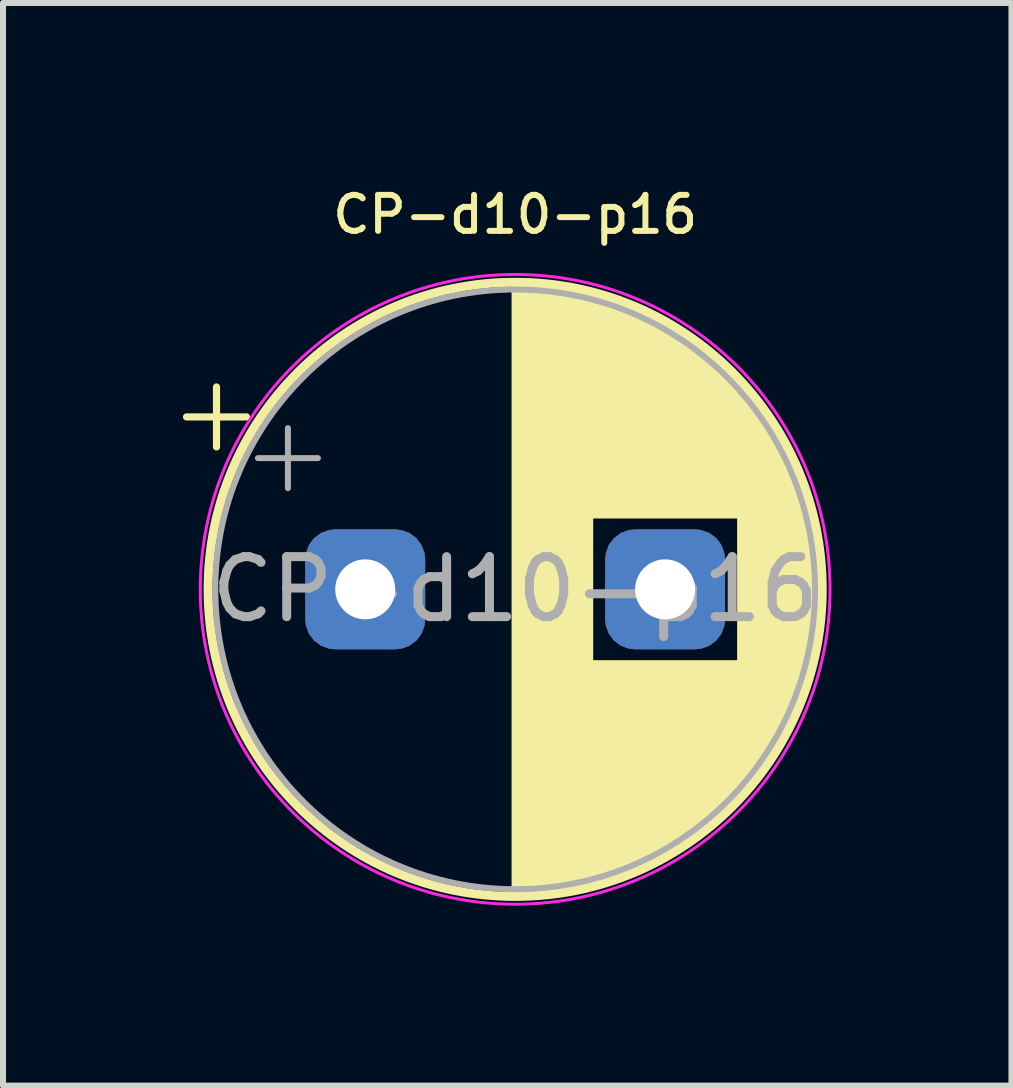
<source format=kicad_pcb>
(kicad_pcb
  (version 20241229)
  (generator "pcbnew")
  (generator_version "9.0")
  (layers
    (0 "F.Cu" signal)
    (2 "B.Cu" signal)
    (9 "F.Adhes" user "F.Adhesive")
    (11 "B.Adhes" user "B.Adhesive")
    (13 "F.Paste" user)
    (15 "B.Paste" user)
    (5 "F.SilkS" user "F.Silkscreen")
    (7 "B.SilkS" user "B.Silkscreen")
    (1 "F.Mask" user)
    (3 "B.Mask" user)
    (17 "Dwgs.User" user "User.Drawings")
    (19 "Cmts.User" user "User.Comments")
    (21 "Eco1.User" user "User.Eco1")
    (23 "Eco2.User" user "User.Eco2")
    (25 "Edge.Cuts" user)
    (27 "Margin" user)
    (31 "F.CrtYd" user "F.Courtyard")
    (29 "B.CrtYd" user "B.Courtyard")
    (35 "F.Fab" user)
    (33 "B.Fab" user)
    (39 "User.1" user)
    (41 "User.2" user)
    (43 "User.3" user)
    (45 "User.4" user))
  (footprint "CP-d10-p16"
    (layer "F.Cu")
    (at 5.54 6.777)
    (property "Reference" "CP-d10-p16" (at 0 -6.25 0) (layer "F.SilkS") (effects (font (size 0.6 0.6) (thickness 0.1) (bold yes))))
    (attr through_hole)
    (fp_line (start -5.48 -2.875) (end -4.48 -2.875) (stroke (width 0.12) (type solid)) (layer "F.SilkS"))
    (fp_line (start -4.98 -3.375) (end -4.98 -2.375) (stroke (width 0.12) (type solid)) (layer "F.SilkS"))
    (fp_line (start 0 -5.08) (end 0 5.08) (stroke (width 0.12) (type solid)) (layer "F.SilkS"))
    (fp_line (start 0.04 -5.08) (end 0.04 5.08) (stroke (width 0.12) (type solid)) (layer "F.SilkS"))
    (fp_line (start 0.08 -5.08) (end 0.08 5.08) (stroke (width 0.12) (type solid)) (layer "F.SilkS"))
    (fp_line (start 0.12 -5.079) (end 0.12 5.079) (stroke (width 0.12) (type solid)) (layer "F.SilkS"))
    (fp_line (start 0.16 -5.078) (end 0.16 5.078) (stroke (width 0.12) (type solid)) (layer "F.SilkS"))
    (fp_line (start 0.2 -5.077) (end 0.2 5.077) (stroke (width 0.12) (type solid)) (layer "F.SilkS"))
    (fp_line (start 0.24 -5.075) (end 0.24 5.075) (stroke (width 0.12) (type solid)) (layer "F.SilkS"))
    (fp_line (start 0.28 -5.073) (end 0.28 5.073) (stroke (width 0.12) (type solid)) (layer "F.SilkS"))
    (fp_line (start 0.32 -5.07) (end 0.32 5.07) (stroke (width 0.12) (type solid)) (layer "F.SilkS"))
    (fp_line (start 0.36 -5.068) (end 0.36 5.068) (stroke (width 0.12) (type solid)) (layer "F.SilkS"))
    (fp_line (start 0.4 -5.065) (end 0.4 5.065) (stroke (width 0.12) (type solid)) (layer "F.SilkS"))
    (fp_line (start 0.44 -5.062) (end 0.44 5.062) (stroke (width 0.12) (type solid)) (layer "F.SilkS"))
    (fp_line (start 0.48 -5.058) (end 0.48 5.058) (stroke (width 0.12) (type solid)) (layer "F.SilkS"))
    (fp_line (start 0.52 -5.054) (end 0.52 5.054) (stroke (width 0.12) (type solid)) (layer "F.SilkS"))
    (fp_line (start 0.56 -5.05) (end 0.56 5.05) (stroke (width 0.12) (type solid)) (layer "F.SilkS"))
    (fp_line (start 0.6 -5.045) (end 0.6 5.045) (stroke (width 0.12) (type solid)) (layer "F.SilkS"))
    (fp_line (start 0.64 -5.04) (end 0.64 5.04) (stroke (width 0.12) (type solid)) (layer "F.SilkS"))
    (fp_line (start 0.68 -5.035) (end 0.68 5.035) (stroke (width 0.12) (type solid)) (layer "F.SilkS"))
    (fp_line (start 0.721 -5.03) (end 0.721 5.03) (stroke (width 0.12) (type solid)) (layer "F.SilkS"))
    (fp_line (start 0.761 -5.024) (end 0.761 5.024) (stroke (width 0.12) (type solid)) (layer "F.SilkS"))
    (fp_line (start 0.801 -5.018) (end 0.801 5.018) (stroke (width 0.12) (type solid)) (layer "F.SilkS"))
    (fp_line (start 0.841 -5.011) (end 0.841 5.011) (stroke (width 0.12) (type solid)) (layer "F.SilkS"))
    (fp_line (start 0.881 -5.004) (end 0.881 5.004) (stroke (width 0.12) (type solid)) (layer "F.SilkS"))
    (fp_line (start 0.921 -4.997) (end 0.921 4.997) (stroke (width 0.12) (type solid)) (layer "F.SilkS"))
    (fp_line (start 0.961 -4.99) (end 0.961 4.99) (stroke (width 0.12) (type solid)) (layer "F.SilkS"))
    (fp_line (start 1.001 -4.982) (end 1.001 4.982) (stroke (width 0.12) (type solid)) (layer "F.SilkS"))
    (fp_line (start 1.041 -4.974) (end 1.041 4.974) (stroke (width 0.12) (type solid)) (layer "F.SilkS"))
    (fp_line (start 1.081 -4.965) (end 1.081 4.965) (stroke (width 0.12) (type solid)) (layer "F.SilkS"))
    (fp_line (start 1.121 -4.956) (end 1.121 4.956) (stroke (width 0.12) (type solid)) (layer "F.SilkS"))
    (fp_line (start 1.161 -4.947) (end 1.161 4.947) (stroke (width 0.12) (type solid)) (layer "F.SilkS"))
    (fp_line (start 1.201 -4.938) (end 1.201 4.938) (stroke (width 0.12) (type solid)) (layer "F.SilkS"))
    (fp_line (start 1.241 -4.928) (end 1.241 4.928) (stroke (width 0.12) (type solid)) (layer "F.SilkS"))
    (fp_line (start 1.281 -4.918) (end 1.281 -1.241) (stroke (width 0.12) (type solid)) (layer "F.SilkS"))
    (fp_line (start 1.281 1.241) (end 1.281 4.918) (stroke (width 0.12) (type solid)) (layer "F.SilkS"))
    (fp_line (start 1.321 -4.907) (end 1.321 -1.241) (stroke (width 0.12) (type solid)) (layer "F.SilkS"))
    (fp_line (start 1.321 1.241) (end 1.321 4.907) (stroke (width 0.12) (type solid)) (layer "F.SilkS"))
    (fp_line (start 1.361 -4.897) (end 1.361 -1.241) (stroke (width 0.12) (type solid)) (layer "F.SilkS"))
    (fp_line (start 1.361 1.241) (end 1.361 4.897) (stroke (width 0.12) (type solid)) (layer "F.SilkS"))
    (fp_line (start 1.401 -4.885) (end 1.401 -1.241) (stroke (width 0.12) (type solid)) (layer "F.SilkS"))
    (fp_line (start 1.401 1.241) (end 1.401 4.885) (stroke (width 0.12) (type solid)) (layer "F.SilkS"))
    (fp_line (start 1.441 -4.874) (end 1.441 -1.241) (stroke (width 0.12) (type solid)) (layer "F.SilkS"))
    (fp_line (start 1.441 1.241) (end 1.441 4.874) (stroke (width 0.12) (type solid)) (layer "F.SilkS"))
    (fp_line (start 1.481 -4.862) (end 1.481 -1.241) (stroke (width 0.12) (type solid)) (layer "F.SilkS"))
    (fp_line (start 1.481 1.241) (end 1.481 4.862) (stroke (width 0.12) (type solid)) (layer "F.SilkS"))
    (fp_line (start 1.521 -4.85) (end 1.521 -1.241) (stroke (width 0.12) (type solid)) (layer "F.SilkS"))
    (fp_line (start 1.521 1.241) (end 1.521 4.85) (stroke (width 0.12) (type solid)) (layer "F.SilkS"))
    (fp_line (start 1.561 -4.837) (end 1.561 -1.241) (stroke (width 0.12) (type solid)) (layer "F.SilkS"))
    (fp_line (start 1.561 1.241) (end 1.561 4.837) (stroke (width 0.12) (type solid)) (layer "F.SilkS"))
    (fp_line (start 1.601 -4.824) (end 1.601 -1.241) (stroke (width 0.12) (type solid)) (layer "F.SilkS"))
    (fp_line (start 1.601 1.241) (end 1.601 4.824) (stroke (width 0.12) (type solid)) (layer "F.SilkS"))
    (fp_line (start 1.641 -4.811) (end 1.641 -1.241) (stroke (width 0.12) (type solid)) (layer "F.SilkS"))
    (fp_line (start 1.641 1.241) (end 1.641 4.811) (stroke (width 0.12) (type solid)) (layer "F.SilkS"))
    (fp_line (start 1.681 -4.797) (end 1.681 -1.241) (stroke (width 0.12) (type solid)) (layer "F.SilkS"))
    (fp_line (start 1.681 1.241) (end 1.681 4.797) (stroke (width 0.12) (type solid)) (layer "F.SilkS"))
    (fp_line (start 1.721 -4.783) (end 1.721 -1.241) (stroke (width 0.12) (type solid)) (layer "F.SilkS"))
    (fp_line (start 1.721 1.241) (end 1.721 4.783) (stroke (width 0.12) (type solid)) (layer "F.SilkS"))
    (fp_line (start 1.761 -4.768) (end 1.761 -1.241) (stroke (width 0.12) (type solid)) (layer "F.SilkS"))
    (fp_line (start 1.761 1.241) (end 1.761 4.768) (stroke (width 0.12) (type solid)) (layer "F.SilkS"))
    (fp_line (start 1.801 -4.754) (end 1.801 -1.241) (stroke (width 0.12) (type solid)) (layer "F.SilkS"))
    (fp_line (start 1.801 1.241) (end 1.801 4.754) (stroke (width 0.12) (type solid)) (layer "F.SilkS"))
    (fp_line (start 1.841 -4.738) (end 1.841 -1.241) (stroke (width 0.12) (type solid)) (layer "F.SilkS"))
    (fp_line (start 1.841 1.241) (end 1.841 4.738) (stroke (width 0.12) (type solid)) (layer "F.SilkS"))
    (fp_line (start 1.881 -4.723) (end 1.881 -1.241) (stroke (width 0.12) (type solid)) (layer "F.SilkS"))
    (fp_line (start 1.881 1.241) (end 1.881 4.723) (stroke (width 0.12) (type solid)) (layer "F.SilkS"))
    (fp_line (start 1.921 -4.707) (end 1.921 -1.241) (stroke (width 0.12) (type solid)) (layer "F.SilkS"))
    (fp_line (start 1.921 1.241) (end 1.921 4.707) (stroke (width 0.12) (type solid)) (layer "F.SilkS"))
    (fp_line (start 1.961 -4.69) (end 1.961 -1.241) (stroke (width 0.12) (type solid)) (layer "F.SilkS"))
    (fp_line (start 1.961 1.241) (end 1.961 4.69) (stroke (width 0.12) (type solid)) (layer "F.SilkS"))
    (fp_line (start 2.001 -4.674) (end 2.001 -1.241) (stroke (width 0.12) (type solid)) (layer "F.SilkS"))
    (fp_line (start 2.001 1.241) (end 2.001 4.674) (stroke (width 0.12) (type solid)) (layer "F.SilkS"))
    (fp_line (start 2.041 -4.657) (end 2.041 -1.241) (stroke (width 0.12) (type solid)) (layer "F.SilkS"))
    (fp_line (start 2.041 1.241) (end 2.041 4.657) (stroke (width 0.12) (type solid)) (layer "F.SilkS"))
    (fp_line (start 2.081 -4.639) (end 2.081 -1.241) (stroke (width 0.12) (type solid)) (layer "F.SilkS"))
    (fp_line (start 2.081 1.241) (end 2.081 4.639) (stroke (width 0.12) (type solid)) (layer "F.SilkS"))
    (fp_line (start 2.121 -4.621) (end 2.121 -1.241) (stroke (width 0.12) (type solid)) (layer "F.SilkS"))
    (fp_line (start 2.121 1.241) (end 2.121 4.621) (stroke (width 0.12) (type solid)) (layer "F.SilkS"))
    (fp_line (start 2.161 -4.603) (end 2.161 -1.241) (stroke (width 0.12) (type solid)) (layer "F.SilkS"))
    (fp_line (start 2.161 1.241) (end 2.161 4.603) (stroke (width 0.12) (type solid)) (layer "F.SilkS"))
    (fp_line (start 2.201 -4.584) (end 2.201 -1.241) (stroke (width 0.12) (type solid)) (layer "F.SilkS"))
    (fp_line (start 2.201 1.241) (end 2.201 4.584) (stroke (width 0.12) (type solid)) (layer "F.SilkS"))
    (fp_line (start 2.241 -4.564) (end 2.241 -1.241) (stroke (width 0.12) (type solid)) (layer "F.SilkS"))
    (fp_line (start 2.241 1.241) (end 2.241 4.564) (stroke (width 0.12) (type solid)) (layer "F.SilkS"))
    (fp_line (start 2.281 -4.545) (end 2.281 -1.241) (stroke (width 0.12) (type solid)) (layer "F.SilkS"))
    (fp_line (start 2.281 1.241) (end 2.281 4.545) (stroke (width 0.12) (type solid)) (layer "F.SilkS"))
    (fp_line (start 2.321 -4.525) (end 2.321 -1.241) (stroke (width 0.12) (type solid)) (layer "F.SilkS"))
    (fp_line (start 2.321 1.241) (end 2.321 4.525) (stroke (width 0.12) (type solid)) (layer "F.SilkS"))
    (fp_line (start 2.361 -4.504) (end 2.361 -1.241) (stroke (width 0.12) (type solid)) (layer "F.SilkS"))
    (fp_line (start 2.361 1.241) (end 2.361 4.504) (stroke (width 0.12) (type solid)) (layer "F.SilkS"))
    (fp_line (start 2.401 -4.483) (end 2.401 -1.241) (stroke (width 0.12) (type solid)) (layer "F.SilkS"))
    (fp_line (start 2.401 1.241) (end 2.401 4.483) (stroke (width 0.12) (type solid)) (layer "F.SilkS"))
    (fp_line (start 2.441 -4.462) (end 2.441 -1.241) (stroke (width 0.12) (type solid)) (layer "F.SilkS"))
    (fp_line (start 2.441 1.241) (end 2.441 4.462) (stroke (width 0.12) (type solid)) (layer "F.SilkS"))
    (fp_line (start 2.481 -4.44) (end 2.481 -1.241) (stroke (width 0.12) (type solid)) (layer "F.SilkS"))
    (fp_line (start 2.481 1.241) (end 2.481 4.44) (stroke (width 0.12) (type solid)) (layer "F.SilkS"))
    (fp_line (start 2.521 -4.417) (end 2.521 -1.241) (stroke (width 0.12) (type solid)) (layer "F.SilkS"))
    (fp_line (start 2.521 1.241) (end 2.521 4.417) (stroke (width 0.12) (type solid)) (layer "F.SilkS"))
    (fp_line (start 2.561 -4.395) (end 2.561 -1.241) (stroke (width 0.12) (type solid)) (layer "F.SilkS"))
    (fp_line (start 2.561 1.241) (end 2.561 4.395) (stroke (width 0.12) (type solid)) (layer "F.SilkS"))
    (fp_line (start 2.601 -4.371) (end 2.601 -1.241) (stroke (width 0.12) (type solid)) (layer "F.SilkS"))
    (fp_line (start 2.601 1.241) (end 2.601 4.371) (stroke (width 0.12) (type solid)) (layer "F.SilkS"))
    (fp_line (start 2.641 -4.347) (end 2.641 -1.241) (stroke (width 0.12) (type solid)) (layer "F.SilkS"))
    (fp_line (start 2.641 1.241) (end 2.641 4.347) (stroke (width 0.12) (type solid)) (layer "F.SilkS"))
    (fp_line (start 2.681 -4.323) (end 2.681 -1.241) (stroke (width 0.12) (type solid)) (layer "F.SilkS"))
    (fp_line (start 2.681 1.241) (end 2.681 4.323) (stroke (width 0.12) (type solid)) (layer "F.SilkS"))
    (fp_line (start 2.721 -4.298) (end 2.721 -1.241) (stroke (width 0.12) (type solid)) (layer "F.SilkS"))
    (fp_line (start 2.721 1.241) (end 2.721 4.298) (stroke (width 0.12) (type solid)) (layer "F.SilkS"))
    (fp_line (start 2.761 -4.273) (end 2.761 -1.241) (stroke (width 0.12) (type solid)) (layer "F.SilkS"))
    (fp_line (start 2.761 1.241) (end 2.761 4.273) (stroke (width 0.12) (type solid)) (layer "F.SilkS"))
    (fp_line (start 2.801 -4.247) (end 2.801 -1.241) (stroke (width 0.12) (type solid)) (layer "F.SilkS"))
    (fp_line (start 2.801 1.241) (end 2.801 4.247) (stroke (width 0.12) (type solid)) (layer "F.SilkS"))
    (fp_line (start 2.841 -4.221) (end 2.841 -1.241) (stroke (width 0.12) (type solid)) (layer "F.SilkS"))
    (fp_line (start 2.841 1.241) (end 2.841 4.221) (stroke (width 0.12) (type solid)) (layer "F.SilkS"))
    (fp_line (start 2.881 -4.194) (end 2.881 -1.241) (stroke (width 0.12) (type solid)) (layer "F.SilkS"))
    (fp_line (start 2.881 1.241) (end 2.881 4.194) (stroke (width 0.12) (type solid)) (layer "F.SilkS"))
    (fp_line (start 2.921 -4.166) (end 2.921 -1.241) (stroke (width 0.12) (type solid)) (layer "F.SilkS"))
    (fp_line (start 2.921 1.241) (end 2.921 4.166) (stroke (width 0.12) (type solid)) (layer "F.SilkS"))
    (fp_line (start 2.961 -4.138) (end 2.961 -1.241) (stroke (width 0.12) (type solid)) (layer "F.SilkS"))
    (fp_line (start 2.961 1.241) (end 2.961 4.138) (stroke (width 0.12) (type solid)) (layer "F.SilkS"))
    (fp_line (start 3.001 -4.11) (end 3.001 -1.241) (stroke (width 0.12) (type solid)) (layer "F.SilkS"))
    (fp_line (start 3.001 1.241) (end 3.001 4.11) (stroke (width 0.12) (type solid)) (layer "F.SilkS"))
    (fp_line (start 3.041 -4.08) (end 3.041 -1.241) (stroke (width 0.12) (type solid)) (layer "F.SilkS"))
    (fp_line (start 3.041 1.241) (end 3.041 4.08) (stroke (width 0.12) (type solid)) (layer "F.SilkS"))
    (fp_line (start 3.081 -4.05) (end 3.081 -1.241) (stroke (width 0.12) (type solid)) (layer "F.SilkS"))
    (fp_line (start 3.081 1.241) (end 3.081 4.05) (stroke (width 0.12) (type solid)) (layer "F.SilkS"))
    (fp_line (start 3.121 -4.02) (end 3.121 -1.241) (stroke (width 0.12) (type solid)) (layer "F.SilkS"))
    (fp_line (start 3.121 1.241) (end 3.121 4.02) (stroke (width 0.12) (type solid)) (layer "F.SilkS"))
    (fp_line (start 3.161 -3.989) (end 3.161 -1.241) (stroke (width 0.12) (type solid)) (layer "F.SilkS"))
    (fp_line (start 3.161 1.241) (end 3.161 3.989) (stroke (width 0.12) (type solid)) (layer "F.SilkS"))
    (fp_line (start 3.201 -3.957) (end 3.201 -1.241) (stroke (width 0.12) (type solid)) (layer "F.SilkS"))
    (fp_line (start 3.201 1.241) (end 3.201 3.957) (stroke (width 0.12) (type solid)) (layer "F.SilkS"))
    (fp_line (start 3.241 -3.925) (end 3.241 -1.241) (stroke (width 0.12) (type solid)) (layer "F.SilkS"))
    (fp_line (start 3.241 1.241) (end 3.241 3.925) (stroke (width 0.12) (type solid)) (layer "F.SilkS"))
    (fp_line (start 3.281 -3.892) (end 3.281 -1.241) (stroke (width 0.12) (type solid)) (layer "F.SilkS"))
    (fp_line (start 3.281 1.241) (end 3.281 3.892) (stroke (width 0.12) (type solid)) (layer "F.SilkS"))
    (fp_line (start 3.321 -3.858) (end 3.321 -1.241) (stroke (width 0.12) (type solid)) (layer "F.SilkS"))
    (fp_line (start 3.321 1.241) (end 3.321 3.858) (stroke (width 0.12) (type solid)) (layer "F.SilkS"))
    (fp_line (start 3.361 -3.824) (end 3.361 -1.241) (stroke (width 0.12) (type solid)) (layer "F.SilkS"))
    (fp_line (start 3.361 1.241) (end 3.361 3.824) (stroke (width 0.12) (type solid)) (layer "F.SilkS"))
    (fp_line (start 3.401 -3.789) (end 3.401 -1.241) (stroke (width 0.12) (type solid)) (layer "F.SilkS"))
    (fp_line (start 3.401 1.241) (end 3.401 3.789) (stroke (width 0.12) (type solid)) (layer "F.SilkS"))
    (fp_line (start 3.441 -3.753) (end 3.441 -1.241) (stroke (width 0.12) (type solid)) (layer "F.SilkS"))
    (fp_line (start 3.441 1.241) (end 3.441 3.753) (stroke (width 0.12) (type solid)) (layer "F.SilkS"))
    (fp_line (start 3.481 -3.716) (end 3.481 -1.241) (stroke (width 0.12) (type solid)) (layer "F.SilkS"))
    (fp_line (start 3.481 1.241) (end 3.481 3.716) (stroke (width 0.12) (type solid)) (layer "F.SilkS"))
    (fp_line (start 3.521 -3.679) (end 3.521 -1.241) (stroke (width 0.12) (type solid)) (layer "F.SilkS"))
    (fp_line (start 3.521 1.241) (end 3.521 3.679) (stroke (width 0.12) (type solid)) (layer "F.SilkS"))
    (fp_line (start 3.561 -3.64) (end 3.561 -1.241) (stroke (width 0.12) (type solid)) (layer "F.SilkS"))
    (fp_line (start 3.561 1.241) (end 3.561 3.64) (stroke (width 0.12) (type solid)) (layer "F.SilkS"))
    (fp_line (start 3.601 -3.601) (end 3.601 -1.241) (stroke (width 0.12) (type solid)) (layer "F.SilkS"))
    (fp_line (start 3.601 1.241) (end 3.601 3.601) (stroke (width 0.12) (type solid)) (layer "F.SilkS"))
    (fp_line (start 3.641 -3.561) (end 3.641 -1.241) (stroke (width 0.12) (type solid)) (layer "F.SilkS"))
    (fp_line (start 3.641 1.241) (end 3.641 3.561) (stroke (width 0.12) (type solid)) (layer "F.SilkS"))
    (fp_line (start 3.681 -3.52) (end 3.681 -1.241) (stroke (width 0.12) (type solid)) (layer "F.SilkS"))
    (fp_line (start 3.681 1.241) (end 3.681 3.52) (stroke (width 0.12) (type solid)) (layer "F.SilkS"))
    (fp_line (start 3.721 -3.478) (end 3.721 -1.241) (stroke (width 0.12) (type solid)) (layer "F.SilkS"))
    (fp_line (start 3.721 1.241) (end 3.721 3.478) (stroke (width 0.12) (type solid)) (layer "F.SilkS"))
    (fp_line (start 3.761 -3.436) (end 3.761 3.436) (stroke (width 0.12) (type solid)) (layer "F.SilkS"))
    (fp_line (start 3.801 -3.392) (end 3.801 3.392) (stroke (width 0.12) (type solid)) (layer "F.SilkS"))
    (fp_line (start 3.841 -3.347) (end 3.841 3.347) (stroke (width 0.12) (type solid)) (layer "F.SilkS"))
    (fp_line (start 3.881 -3.301) (end 3.881 3.301) (stroke (width 0.12) (type solid)) (layer "F.SilkS"))
    (fp_line (start 3.921 -3.254) (end 3.921 3.254) (stroke (width 0.12) (type solid)) (layer "F.SilkS"))
    (fp_line (start 3.961 -3.206) (end 3.961 3.206) (stroke (width 0.12) (type solid)) (layer "F.SilkS"))
    (fp_line (start 4.001 -3.156) (end 4.001 3.156) (stroke (width 0.12) (type solid)) (layer "F.SilkS"))
    (fp_line (start 4.041 -3.106) (end 4.041 3.106) (stroke (width 0.12) (type solid)) (layer "F.SilkS"))
    (fp_line (start 4.081 -3.054) (end 4.081 3.054) (stroke (width 0.12) (type solid)) (layer "F.SilkS"))
    (fp_line (start 4.121 -3) (end 4.121 3) (stroke (width 0.12) (type solid)) (layer "F.SilkS"))
    (fp_line (start 4.161 -2.945) (end 4.161 2.945) (stroke (width 0.12) (type solid)) (layer "F.SilkS"))
    (fp_line (start 4.201 -2.889) (end 4.201 2.889) (stroke (width 0.12) (type solid)) (layer "F.SilkS"))
    (fp_line (start 4.241 -2.83) (end 4.241 2.83) (stroke (width 0.12) (type solid)) (layer "F.SilkS"))
    (fp_line (start 4.281 -2.77) (end 4.281 2.77) (stroke (width 0.12) (type solid)) (layer "F.SilkS"))
    (fp_line (start 4.321 -2.709) (end 4.321 2.709) (stroke (width 0.12) (type solid)) (layer "F.SilkS"))
    (fp_line (start 4.361 -2.645) (end 4.361 2.645) (stroke (width 0.12) (type solid)) (layer "F.SilkS"))
    (fp_line (start 4.401 -2.579) (end 4.401 2.579) (stroke (width 0.12) (type solid)) (layer "F.SilkS"))
    (fp_line (start 4.441 -2.51) (end 4.441 2.51) (stroke (width 0.12) (type solid)) (layer "F.SilkS"))
    (fp_line (start 4.481 -2.439) (end 4.481 2.439) (stroke (width 0.12) (type solid)) (layer "F.SilkS"))
    (fp_line (start 4.521 -2.365) (end 4.521 2.365) (stroke (width 0.12) (type solid)) (layer "F.SilkS"))
    (fp_line (start 4.561 -2.289) (end 4.561 2.289) (stroke (width 0.12) (type solid)) (layer "F.SilkS"))
    (fp_line (start 4.601 -2.209) (end 4.601 2.209) (stroke (width 0.12) (type solid)) (layer "F.SilkS"))
    (fp_line (start 4.641 -2.125) (end 4.641 2.125) (stroke (width 0.12) (type solid)) (layer "F.SilkS"))
    (fp_line (start 4.681 -2.037) (end 4.681 2.037) (stroke (width 0.12) (type solid)) (layer "F.SilkS"))
    (fp_line (start 4.721 -1.944) (end 4.721 1.944) (stroke (width 0.12) (type solid)) (layer "F.SilkS"))
    (fp_line (start 4.761 -1.846) (end 4.761 1.846) (stroke (width 0.12) (type solid)) (layer "F.SilkS"))
    (fp_line (start 4.801 -1.742) (end 4.801 1.742) (stroke (width 0.12) (type solid)) (layer "F.SilkS"))
    (fp_line (start 4.841 -1.63) (end 4.841 1.63) (stroke (width 0.12) (type solid)) (layer "F.SilkS"))
    (fp_line (start 4.881 -1.51) (end 4.881 1.51) (stroke (width 0.12) (type solid)) (layer "F.SilkS"))
    (fp_line (start 4.921 -1.378) (end 4.921 1.378) (stroke (width 0.12) (type solid)) (layer "F.SilkS"))
    (fp_line (start 4.961 -1.23) (end 4.961 1.23) (stroke (width 0.12) (type solid)) (layer "F.SilkS"))
    (fp_line (start 5.001 -1.062) (end 5.001 1.062) (stroke (width 0.12) (type solid)) (layer "F.SilkS"))
    (fp_line (start 5.041 -0.862) (end 5.041 0.862) (stroke (width 0.12) (type solid)) (layer "F.SilkS"))
    (fp_line (start 5.081 -0.599) (end 5.081 0.599) (stroke (width 0.12) (type solid)) (layer "F.SilkS"))
    (fp_circle (center 0 0) (end 5.12 0) (stroke (width 0.15) (type solid)) (fill no) (layer "F.SilkS"))
    (fp_circle (center 0 0) (end 5.25 0) (stroke (width 0.05) (type solid)) (fill no) (layer "F.CrtYd"))
    (fp_line (start -4.289 -2.188) (end -3.289 -2.188) (stroke (width 0.1) (type solid)) (layer "F.Fab"))
    (fp_line (start -3.789 -2.688) (end -3.789 -1.688) (stroke (width 0.1) (type solid)) (layer "F.Fab"))
    (fp_circle (center 0 0) (end 5 0) (stroke (width 0.1) (type solid)) (fill no) (layer "F.Fab"))
    (fp_text user "${REFERENCE}" (at 0 0 0) (layer "F.Fab") (effects (font (size 1 1) (thickness 0.15))))
    (pad "1" thru_hole roundrect (at -2.5 0) (size 2 2) (drill 1) (layers "*.Cu" "*.Mask") (roundrect_rratio 0.25))
    (pad "2" thru_hole roundrect (at 2.5 0) (size 2 2) (drill 1) (layers "*.Cu" "*.Mask") (roundrect_rratio 0.25)))
  (gr_rect
    (start -3 -3)
    (end 13.815 15.052)
    (stroke (width 0.1) (type default))
    (fill no)
    (layer "Edge.Cuts")))
</source>
